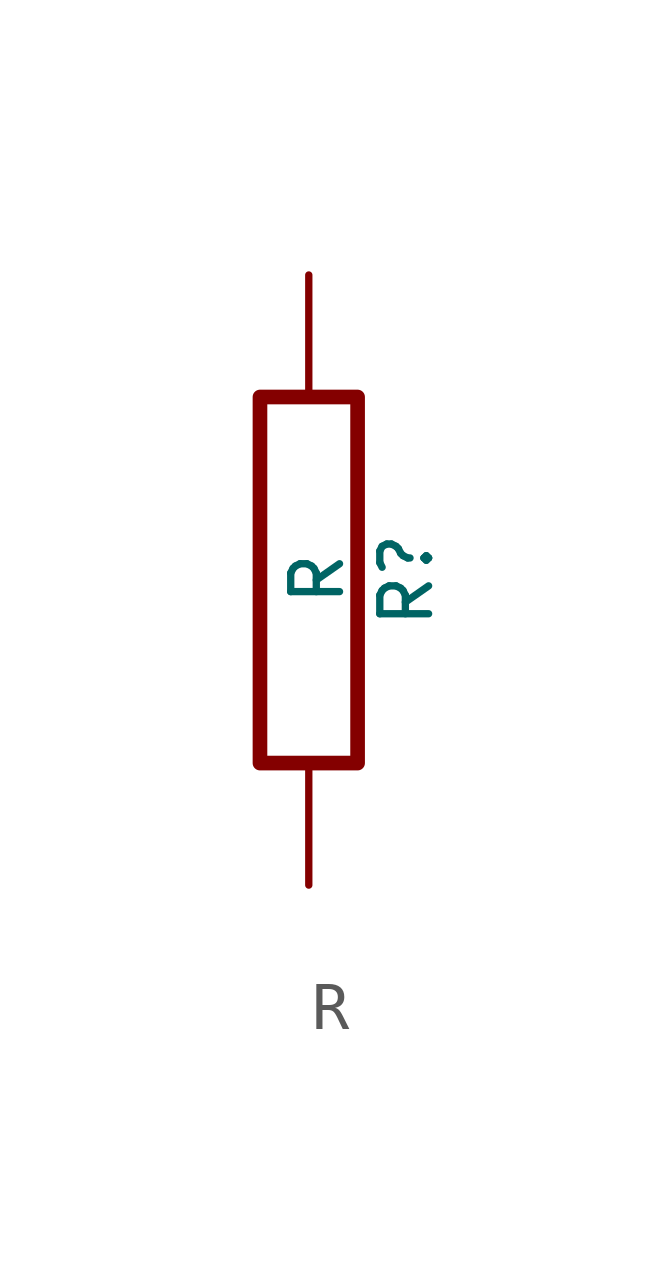
<source format=kicad_sym>
(kicad_symbol_lib
  (version 20211014)
  (generator kicad_symbol_editor)
  (symbol "R"
    (pin_numbers hide)
    (pin_names
      (offset 0))
    (property "Reference" "R"
      (at 2.032 0 90)
      (effects (font (size 1.016 1.016))))
    (property "Value" "R"
      (at 0.178 0.025 90)
      (effects (font (size 1.016 1.016))))
    (property "Footprint" ""
      (at -1.778 0 90)
      (effects (font (size 0.762 0.762))))
    (property "Datasheet" ""
      (at 0 0 0)
      (effects (font (size 0.762 0.762))))
    (symbol "R_0_1"
      (rectangle (start -1.016 3.81) (end 1.016 -3.81) (stroke (width 0.305) (type default) (color 0 0 0 0)) (fill (type none))))
    (symbol "R_1_1"
      (pin passive line (at 0 6.35 270) (length 2.54) (name "~" (effects (font (size 1.524 1.524)))) (number "1" (effects (font (size 1.524 1.524)))))
      (pin passive line (at 0 -6.35 90) (length 2.54) (name "~" (effects (font (size 1.524 1.524)))) (number "2" (effects (font (size 1.524 1.524))))))))
</source>
